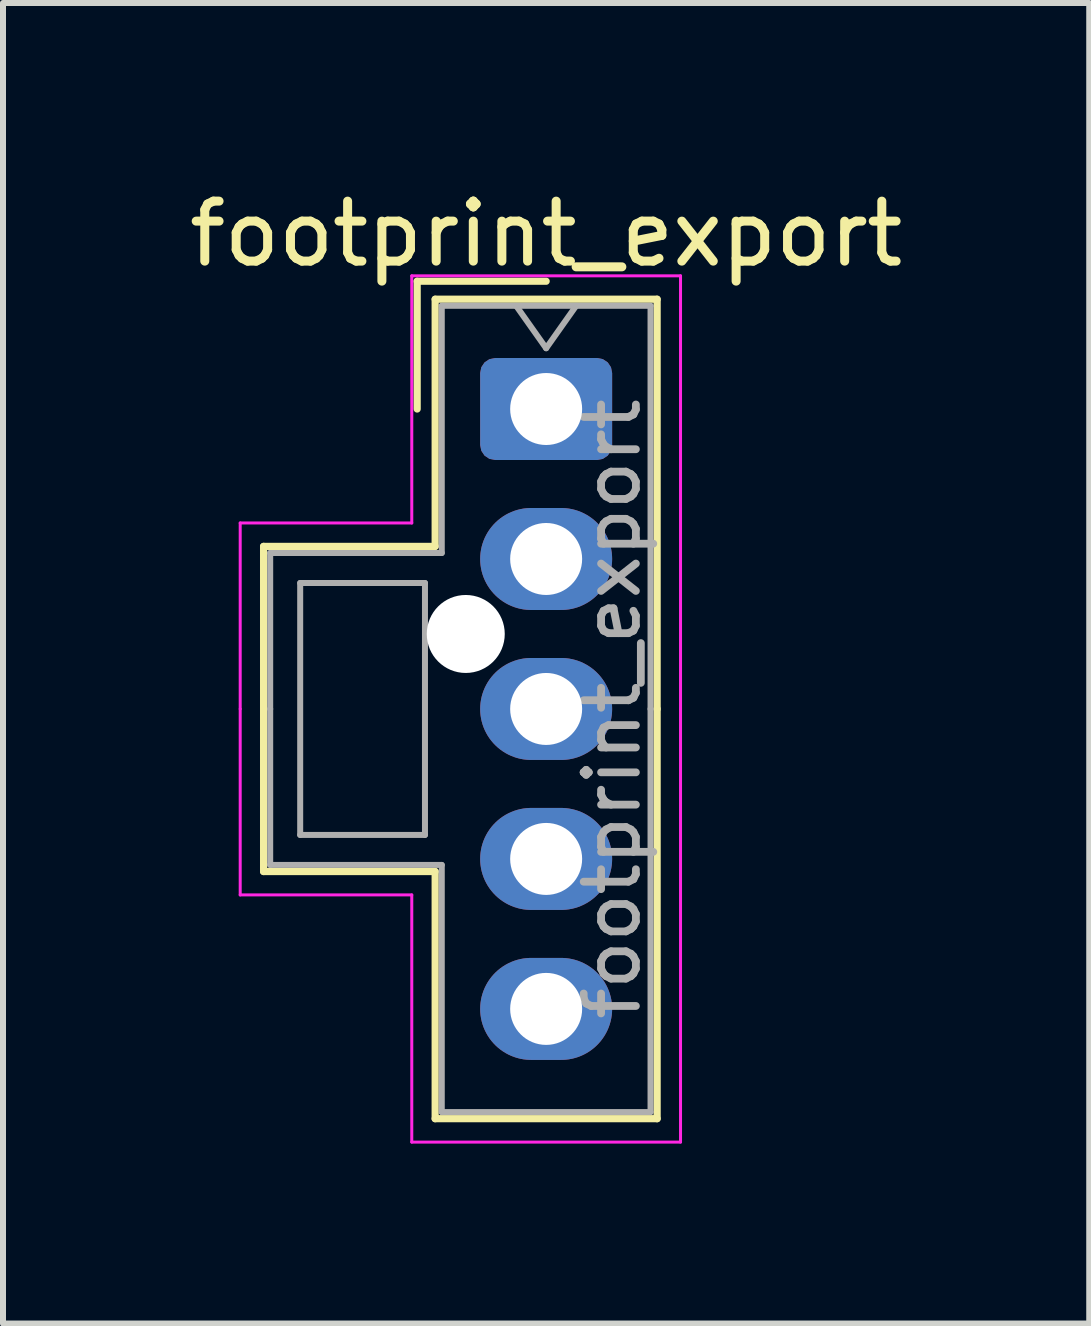
<source format=kicad_pcb>
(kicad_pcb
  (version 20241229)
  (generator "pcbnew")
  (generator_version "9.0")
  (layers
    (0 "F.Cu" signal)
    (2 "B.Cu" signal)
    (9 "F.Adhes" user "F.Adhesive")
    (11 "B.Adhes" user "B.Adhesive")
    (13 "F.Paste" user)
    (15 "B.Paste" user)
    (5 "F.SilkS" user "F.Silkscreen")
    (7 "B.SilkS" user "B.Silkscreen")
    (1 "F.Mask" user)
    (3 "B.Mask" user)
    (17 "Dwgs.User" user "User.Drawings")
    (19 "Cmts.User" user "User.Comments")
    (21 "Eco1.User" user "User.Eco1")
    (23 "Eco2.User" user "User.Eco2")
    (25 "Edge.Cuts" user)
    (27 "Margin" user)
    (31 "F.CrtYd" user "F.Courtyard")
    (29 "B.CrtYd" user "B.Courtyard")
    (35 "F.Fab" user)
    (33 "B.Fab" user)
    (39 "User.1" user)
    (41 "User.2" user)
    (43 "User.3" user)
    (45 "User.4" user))
  (footprint "footprint_export"
    (layer "F.Cu")
    (at 6.054 3.768)
    (property "Reference" "footprint_export" (at 0 -2.92 0) (layer "F.SilkS") (effects (font (size 1 1) (thickness 0.15))))
    (attr through_hole)
    (fp_line (start -4.71 2.29) (end -4.71 5) (stroke (width 0.12) (type solid)) (layer "F.SilkS"))
    (fp_line (start -4.71 7.71) (end -4.71 5) (stroke (width 0.12) (type solid)) (layer "F.SilkS"))
    (fp_line (start -2.15 -2.13) (end -2.15 0) (stroke (width 0.12) (type solid)) (layer "F.SilkS"))
    (fp_line (start -1.85 -1.83) (end -1.85 2.29) (stroke (width 0.12) (type solid)) (layer "F.SilkS"))
    (fp_line (start -1.85 2.29) (end -4.71 2.29) (stroke (width 0.12) (type solid)) (layer "F.SilkS"))
    (fp_line (start -1.85 7.71) (end -4.71 7.71) (stroke (width 0.12) (type solid)) (layer "F.SilkS"))
    (fp_line (start -1.85 11.83) (end -1.85 7.71) (stroke (width 0.12) (type solid)) (layer "F.SilkS"))
    (fp_line (start 0 -2.13) (end -2.15 -2.13) (stroke (width 0.12) (type solid)) (layer "F.SilkS"))
    (fp_line (start 1.85 -1.83) (end -1.85 -1.83) (stroke (width 0.12) (type solid)) (layer "F.SilkS"))
    (fp_line (start 1.85 5) (end 1.85 -1.83) (stroke (width 0.12) (type solid)) (layer "F.SilkS"))
    (fp_line (start 1.85 5) (end 1.85 11.83) (stroke (width 0.12) (type solid)) (layer "F.SilkS"))
    (fp_line (start 1.85 11.83) (end -1.85 11.83) (stroke (width 0.12) (type solid)) (layer "F.SilkS"))
    (fp_line (start -5.1 1.9) (end -5.1 5) (stroke (width 0.05) (type solid)) (layer "F.CrtYd"))
    (fp_line (start -5.1 8.1) (end -5.1 5) (stroke (width 0.05) (type solid)) (layer "F.CrtYd"))
    (fp_line (start -2.24 -2.22) (end -2.24 1.9) (stroke (width 0.05) (type solid)) (layer "F.CrtYd"))
    (fp_line (start -2.24 1.9) (end -5.1 1.9) (stroke (width 0.05) (type solid)) (layer "F.CrtYd"))
    (fp_line (start -2.24 8.1) (end -5.1 8.1) (stroke (width 0.05) (type solid)) (layer "F.CrtYd"))
    (fp_line (start -2.24 12.22) (end -2.24 8.1) (stroke (width 0.05) (type solid)) (layer "F.CrtYd"))
    (fp_line (start 2.24 -2.22) (end -2.24 -2.22) (stroke (width 0.05) (type solid)) (layer "F.CrtYd"))
    (fp_line (start 2.24 5) (end 2.24 -2.22) (stroke (width 0.05) (type solid)) (layer "F.CrtYd"))
    (fp_line (start 2.24 5) (end 2.24 12.22) (stroke (width 0.05) (type solid)) (layer "F.CrtYd"))
    (fp_line (start 2.24 12.22) (end -2.24 12.22) (stroke (width 0.05) (type solid)) (layer "F.CrtYd"))
    (fp_line (start -4.6 2.4) (end -4.6 5) (stroke (width 0.1) (type solid)) (layer "F.Fab"))
    (fp_line (start -4.6 7.6) (end -4.6 5) (stroke (width 0.1) (type solid)) (layer "F.Fab"))
    (fp_line (start -4.1 2.9) (end -4.1 7.1) (stroke (width 0.1) (type solid)) (layer "F.Fab"))
    (fp_line (start -4.1 7.1) (end -2.02 7.1) (stroke (width 0.1) (type solid)) (layer "F.Fab"))
    (fp_line (start -2.02 2.9) (end -4.1 2.9) (stroke (width 0.1) (type solid)) (layer "F.Fab"))
    (fp_line (start -2.02 7.1) (end -2.02 2.9) (stroke (width 0.1) (type solid)) (layer "F.Fab"))
    (fp_line (start -1.74 -1.72) (end -1.74 2.4) (stroke (width 0.1) (type solid)) (layer "F.Fab"))
    (fp_line (start -1.74 2.4) (end -4.6 2.4) (stroke (width 0.1) (type solid)) (layer "F.Fab"))
    (fp_line (start -1.74 7.6) (end -4.6 7.6) (stroke (width 0.1) (type solid)) (layer "F.Fab"))
    (fp_line (start -1.74 11.72) (end -1.74 7.6) (stroke (width 0.1) (type solid)) (layer "F.Fab"))
    (fp_line (start -0.5 -1.72) (end 0 -1.013) (stroke (width 0.1) (type solid)) (layer "F.Fab"))
    (fp_line (start 0 -1.013) (end 0.5 -1.72) (stroke (width 0.1) (type solid)) (layer "F.Fab"))
    (fp_line (start 1.74 -1.72) (end -1.74 -1.72) (stroke (width 0.1) (type solid)) (layer "F.Fab"))
    (fp_line (start 1.74 5) (end 1.74 -1.72) (stroke (width 0.1) (type solid)) (layer "F.Fab"))
    (fp_line (start 1.74 5) (end 1.74 11.72) (stroke (width 0.1) (type solid)) (layer "F.Fab"))
    (fp_line (start 1.74 11.72) (end -1.74 11.72) (stroke (width 0.1) (type solid)) (layer "F.Fab"))
    (fp_text user "${REFERENCE}" (at 1.1 5 90) (layer "F.Fab") (effects (font (size 0.87 0.87) (thickness 0.13))))
    (pad "" np_thru_hole circle (at -1.34 3.75) (size 1.3 1.3) (drill 1.3) (layers "*.Cu" "*.Mask"))
    (pad "1" thru_hole roundrect (at 0 0) (size 2.2 1.7) (drill 1.2) (layers "*.Cu" "*.Mask") (roundrect_rratio 0.147))
    (pad "2" thru_hole oval (at 0 2.5) (size 2.2 1.7) (drill 1.2) (layers "*.Cu" "*.Mask"))
    (pad "3" thru_hole oval (at 0 5) (size 2.2 1.7) (drill 1.2) (layers "*.Cu" "*.Mask"))
    (pad "4" thru_hole oval (at 0 7.5) (size 2.2 1.7) (drill 1.2) (layers "*.Cu" "*.Mask"))
    (pad "5" thru_hole oval (at 0 10) (size 2.2 1.7) (drill 1.2) (layers "*.Cu" "*.Mask")))
  (gr_rect
    (start -3 -3)
    (end 15.107 19.013)
    (stroke (width 0.1) (type default))
    (fill no)
    (layer "Edge.Cuts")))
</source>
